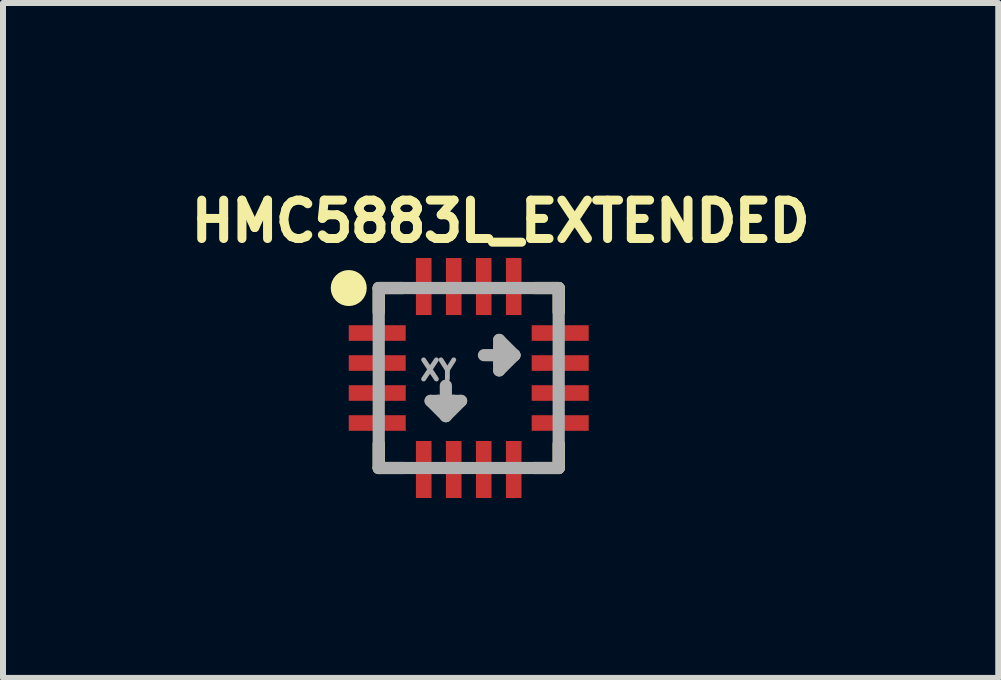
<source format=kicad_pcb>
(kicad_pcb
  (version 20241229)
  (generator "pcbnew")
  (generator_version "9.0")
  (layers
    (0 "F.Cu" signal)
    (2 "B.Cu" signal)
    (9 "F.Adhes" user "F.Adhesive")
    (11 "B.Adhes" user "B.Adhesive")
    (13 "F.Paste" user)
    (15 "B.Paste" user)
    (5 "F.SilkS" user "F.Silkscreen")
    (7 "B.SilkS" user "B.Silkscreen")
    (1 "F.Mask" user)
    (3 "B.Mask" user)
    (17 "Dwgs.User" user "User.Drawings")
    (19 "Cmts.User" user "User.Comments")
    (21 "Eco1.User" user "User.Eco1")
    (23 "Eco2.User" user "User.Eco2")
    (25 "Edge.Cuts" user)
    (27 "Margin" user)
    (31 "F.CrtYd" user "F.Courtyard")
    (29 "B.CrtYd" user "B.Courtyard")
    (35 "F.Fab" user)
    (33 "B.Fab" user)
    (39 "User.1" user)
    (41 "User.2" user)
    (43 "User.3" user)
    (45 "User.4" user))
  (footprint "HMC5883L_EXTENDED"
    (layer "F.Cu")
    (at 4.764 3.252)
    (property "Reference" "HMC5883L_EXTENDED" (at 0.532 -2.614 0) (layer "F.SilkS") (effects (font (size 0.64 0.64) (thickness 0.15))))
    (attr through_hole)
    (fp_line (start -1.5 -1.5) (end -1.1 -1.5) (stroke (width 0.203) (type solid)) (layer "F.SilkS"))
    (fp_line (start -1.5 -1.1) (end -1.5 -1.5) (stroke (width 0.203) (type solid)) (layer "F.SilkS"))
    (fp_line (start -1.5 1.5) (end -1.5 1.1) (stroke (width 0.203) (type solid)) (layer "F.SilkS"))
    (fp_line (start -1.1 1.5) (end -1.5 1.5) (stroke (width 0.203) (type solid)) (layer "F.SilkS"))
    (fp_line (start 1.1 -1.5) (end 1.5 -1.5) (stroke (width 0.203) (type solid)) (layer "F.SilkS"))
    (fp_line (start 1.5 -1.5) (end 1.5 -1.1) (stroke (width 0.203) (type solid)) (layer "F.SilkS"))
    (fp_line (start 1.5 1.1) (end 1.5 1.5) (stroke (width 0.203) (type solid)) (layer "F.SilkS"))
    (fp_line (start 1.5 1.5) (end 1.1 1.5) (stroke (width 0.203) (type solid)) (layer "F.SilkS"))
    (fp_circle (center -2 -1.5) (end -1.85 -1.5) (stroke (width 0.3) (type solid)) (fill no) (layer "F.SilkS"))
    (fp_line (start -1.5 -1.5) (end 1.5 -1.5) (stroke (width 0.203) (type solid)) (layer "F.Fab"))
    (fp_line (start -1.5 1.5) (end -1.5 -1.5) (stroke (width 0.203) (type solid)) (layer "F.Fab"))
    (fp_line (start -0.635 0.381) (end -0.508 0.381) (stroke (width 0.203) (type solid)) (layer "F.Fab"))
    (fp_line (start -0.508 0.381) (end -0.254 0.381) (stroke (width 0.203) (type solid)) (layer "F.Fab"))
    (fp_line (start -0.381 0.127) (end -0.381 0.508) (stroke (width 0.203) (type solid)) (layer "F.Fab"))
    (fp_line (start -0.381 0.508) (end -0.508 0.381) (stroke (width 0.203) (type solid)) (layer "F.Fab"))
    (fp_line (start -0.381 0.635) (end -0.635 0.381) (stroke (width 0.203) (type solid)) (layer "F.Fab"))
    (fp_line (start -0.381 0.635) (end -0.381 0.508) (stroke (width 0.203) (type solid)) (layer "F.Fab"))
    (fp_line (start -0.254 0.381) (end -0.381 0.508) (stroke (width 0.203) (type solid)) (layer "F.Fab"))
    (fp_line (start -0.254 0.381) (end -0.127 0.381) (stroke (width 0.203) (type solid)) (layer "F.Fab"))
    (fp_line (start -0.127 0.381) (end -0.381 0.635) (stroke (width 0.203) (type solid)) (layer "F.Fab"))
    (fp_line (start 0.254 -0.381) (end 0.635 -0.381) (stroke (width 0.203) (type solid)) (layer "F.Fab"))
    (fp_line (start 0.508 -0.635) (end 0.508 -0.508) (stroke (width 0.203) (type solid)) (layer "F.Fab"))
    (fp_line (start 0.508 -0.508) (end 0.635 -0.381) (stroke (width 0.203) (type solid)) (layer "F.Fab"))
    (fp_line (start 0.508 -0.254) (end 0.508 -0.508) (stroke (width 0.203) (type solid)) (layer "F.Fab"))
    (fp_line (start 0.508 -0.254) (end 0.508 -0.127) (stroke (width 0.203) (type solid)) (layer "F.Fab"))
    (fp_line (start 0.508 -0.127) (end 0.762 -0.381) (stroke (width 0.203) (type solid)) (layer "F.Fab"))
    (fp_line (start 0.635 -0.381) (end 0.508 -0.254) (stroke (width 0.203) (type solid)) (layer "F.Fab"))
    (fp_line (start 0.762 -0.381) (end 0.508 -0.635) (stroke (width 0.203) (type solid)) (layer "F.Fab"))
    (fp_line (start 0.762 -0.381) (end 0.635 -0.381) (stroke (width 0.203) (type solid)) (layer "F.Fab"))
    (fp_line (start 1.5 -1.5) (end 1.5 1.5) (stroke (width 0.203) (type solid)) (layer "F.Fab"))
    (fp_line (start 1.5 1.5) (end -1.5 1.5) (stroke (width 0.203) (type solid)) (layer "F.Fab"))
    (fp_text user "XY" (at -0.508 -0.127 0) (layer "F.Fab") (effects (font (size 0.32 0.32) (thickness 0.15))))
    (pad "1" smd rect (at -1.525 -0.75) (size 0.95 0.26) (layers "F.Cu" "F.Mask" "F.Paste"))
    (pad "2" smd rect (at -1.525 -0.25) (size 0.95 0.26) (layers "F.Cu" "F.Mask" "F.Paste"))
    (pad "3" smd rect (at -1.525 0.25) (size 0.95 0.26) (layers "F.Cu" "F.Mask" "F.Paste"))
    (pad "4" smd rect (at -1.525 0.75) (size 0.95 0.26) (layers "F.Cu" "F.Mask" "F.Paste"))
    (pad "5" smd rect (at -0.75 1.525 90) (size 0.95 0.26) (layers "F.Cu" "F.Mask" "F.Paste"))
    (pad "6" smd rect (at -0.25 1.525 90) (size 0.95 0.26) (layers "F.Cu" "F.Mask" "F.Paste"))
    (pad "7" smd rect (at 0.25 1.525 90) (size 0.95 0.26) (layers "F.Cu" "F.Mask" "F.Paste"))
    (pad "8" smd rect (at 0.75 1.525 90) (size 0.95 0.26) (layers "F.Cu" "F.Mask" "F.Paste"))
    (pad "9" smd rect (at 1.525 0.75 180) (size 0.95 0.26) (layers "F.Cu" "F.Mask" "F.Paste"))
    (pad "10" smd rect (at 1.525 0.25 180) (size 0.95 0.26) (layers "F.Cu" "F.Mask" "F.Paste"))
    (pad "11" smd rect (at 1.525 -0.25 180) (size 0.95 0.26) (layers "F.Cu" "F.Mask" "F.Paste"))
    (pad "12" smd rect (at 1.525 -0.75 180) (size 0.95 0.26) (layers "F.Cu" "F.Mask" "F.Paste"))
    (pad "13" smd rect (at 0.75 -1.525 270) (size 0.95 0.26) (layers "F.Cu" "F.Mask" "F.Paste"))
    (pad "14" smd rect (at 0.25 -1.525 270) (size 0.95 0.26) (layers "F.Cu" "F.Mask" "F.Paste"))
    (pad "15" smd rect (at -0.25 -1.525 270) (size 0.95 0.26) (layers "F.Cu" "F.Mask" "F.Paste"))
    (pad "16" smd rect (at -0.75 -1.525 270) (size 0.95 0.26) (layers "F.Cu" "F.Mask" "F.Paste")))
  (gr_rect
    (start -3 -3)
    (end 13.592 8.252)
    (stroke (width 0.1) (type default))
    (fill no)
    (layer "Edge.Cuts")))
</source>
